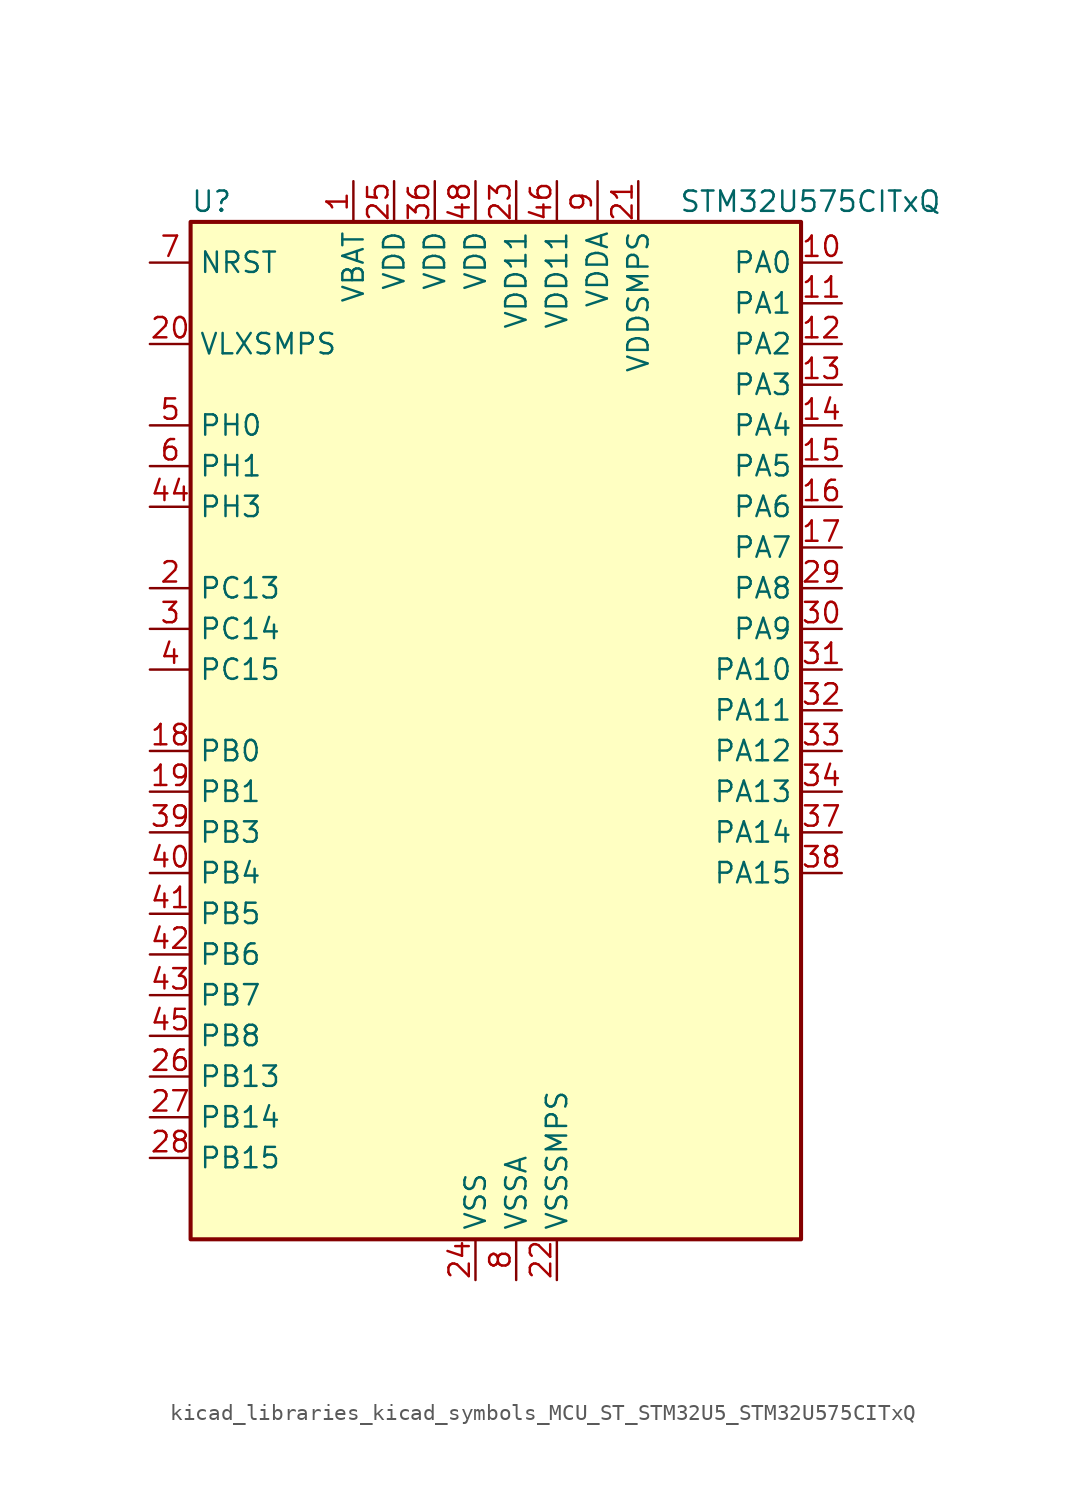
<source format=kicad_sym>
(kicad_symbol_lib
  (version 20220914)
  (generator kicad_symbol_editor)
  (symbol "kicad_libraries_kicad_symbols_MCU_ST_STM32U5_STM32U575CITxQ"
    (property "Reference" "U"
      (at -17.78 34.29 0)
      (effects (font (size 1.27 1.27)) (justify left)))
    (property "Value" "STM32U575CITxQ"
      (at 12.7 34.29 0)
      (effects (font (size 1.27 1.27)) (justify left)))
    (property "ki_locked" ""
      (at 0 0 0)
      (effects (font (size 1.27 1.27))))
    (symbol "kicad_libraries_kicad_symbols_MCU_ST_STM32U5_STM32U575CITxQ_0_1"
      (rectangle (start -17.78 -30.48) (end 20.32 33.02) (stroke (width 0.254) (type default)) (fill (type background))))
    (symbol "kicad_libraries_kicad_symbols_MCU_ST_STM32U5_STM32U575CITxQ_1_1"
      (pin power_in line (at -7.62 35.56 270) (length 2.54) (name "VBAT" (effects (font (size 1.27 1.27)))) (number "1" (effects (font (size 1.27 1.27)))))
      (pin bidirectional line (at 22.86 30.48 180) (length 2.54) (name "PA0" (effects (font (size 1.27 1.27)))) (number "10" (effects (font (size 1.27 1.27)))) (alternate "ADC1_IN5" bidirectional line) (alternate "AUDIOCLK" bidirectional line) (alternate "OCTOSPIM_P2_NCS" bidirectional line) (alternate "OPAMP1_VINP" bidirectional line) (alternate "PWR_WKUP1" bidirectional line) (alternate "SPI3_RDY" bidirectional line) (alternate "TAMP_IN2" bidirectional line) (alternate "TAMP_OUT1" bidirectional line) (alternate "TIM2_CH1" bidirectional line) (alternate "TIM2_ETR" bidirectional line) (alternate "TIM5_CH1" bidirectional line) (alternate "TIM8_ETR" bidirectional line) (alternate "UART4_TX" bidirectional line) (alternate "USART2_CTS" bidirectional line))
      (pin bidirectional line (at 22.86 27.94 180) (length 2.54) (name "PA1" (effects (font (size 1.27 1.27)))) (number "11" (effects (font (size 1.27 1.27)))) (alternate "ADC1_IN6" bidirectional line) (alternate "I2C1_SMBA" bidirectional line) (alternate "LPTIM1_CH2" bidirectional line) (alternate "OCTOSPIM_P1_DQS" bidirectional line) (alternate "OPAMP1_VINM" bidirectional line) (alternate "PWR_WKUP3" bidirectional line) (alternate "SPI1_SCK" bidirectional line) (alternate "TAMP_IN5" bidirectional line) (alternate "TAMP_OUT4" bidirectional line) (alternate "TIM15_CH1N" bidirectional line) (alternate "TIM2_CH2" bidirectional line) (alternate "TIM5_CH2" bidirectional line) (alternate "UART4_RX" bidirectional line) (alternate "USART2_DE" bidirectional line) (alternate "USART2_RTS" bidirectional line))
      (pin bidirectional line (at 22.86 25.4 180) (length 2.54) (name "PA2" (effects (font (size 1.27 1.27)))) (number "12" (effects (font (size 1.27 1.27)))) (alternate "ADC1_IN7" bidirectional line) (alternate "COMP1_INP" bidirectional line) (alternate "LPUART1_TX" bidirectional line) (alternate "OCTOSPIM_P1_NCS" bidirectional line) (alternate "PWR_WKUP4" bidirectional line) (alternate "RCC_LSCO" bidirectional line) (alternate "SPI1_RDY" bidirectional line) (alternate "TIM15_CH1" bidirectional line) (alternate "TIM2_CH3" bidirectional line) (alternate "TIM5_CH3" bidirectional line) (alternate "UCPD1_FRSTX1" bidirectional line) (alternate "USART2_TX" bidirectional line))
      (pin bidirectional line (at 22.86 22.86 180) (length 2.54) (name "PA3" (effects (font (size 1.27 1.27)))) (number "13" (effects (font (size 1.27 1.27)))) (alternate "ADC1_IN8" bidirectional line) (alternate "LPUART1_RX" bidirectional line) (alternate "OCTOSPIM_P1_CLK" bidirectional line) (alternate "OPAMP1_VOUT" bidirectional line) (alternate "PWR_WKUP5" bidirectional line) (alternate "SAI1_CK1" bidirectional line) (alternate "SAI1_MCLK_A" bidirectional line) (alternate "TIM15_CH2" bidirectional line) (alternate "TIM2_CH4" bidirectional line) (alternate "TIM5_CH4" bidirectional line) (alternate "USART2_RX" bidirectional line))
      (pin bidirectional line (at 22.86 20.32 180) (length 2.54) (name "PA4" (effects (font (size 1.27 1.27)))) (number "14" (effects (font (size 1.27 1.27)))) (alternate "ADC1_IN9" bidirectional line) (alternate "ADC4_IN9" bidirectional line) (alternate "DAC1_OUT1" bidirectional line) (alternate "LPTIM2_CH1" bidirectional line) (alternate "OCTOSPIM_P1_NCS" bidirectional line) (alternate "PWR_WKUP2" bidirectional line) (alternate "SAI1_FS_B" bidirectional line) (alternate "SPI1_NSS" bidirectional line) (alternate "SPI3_NSS" bidirectional line) (alternate "USART2_CK" bidirectional line))
      (pin bidirectional line (at 22.86 17.78 180) (length 2.54) (name "PA5" (effects (font (size 1.27 1.27)))) (number "15" (effects (font (size 1.27 1.27)))) (alternate "ADC1_IN10" bidirectional line) (alternate "ADC4_IN10" bidirectional line) (alternate "DAC1_OUT2" bidirectional line) (alternate "LPTIM2_ETR" bidirectional line) (alternate "PWR_CSLEEP" bidirectional line) (alternate "PWR_WKUP6" bidirectional line) (alternate "SPI1_SCK" bidirectional line) (alternate "TIM2_CH1" bidirectional line) (alternate "TIM2_ETR" bidirectional line) (alternate "TIM8_CH1N" bidirectional line) (alternate "USART3_RX" bidirectional line))
      (pin bidirectional line (at 22.86 15.24 180) (length 2.54) (name "PA6" (effects (font (size 1.27 1.27)))) (number "16" (effects (font (size 1.27 1.27)))) (alternate "ADC1_IN11" bidirectional line) (alternate "ADC4_IN11" bidirectional line) (alternate "LPUART1_CTS" bidirectional line) (alternate "OCTOSPIM_P1_IO3" bidirectional line) (alternate "OPAMP2_VINP" bidirectional line) (alternate "PWR_CDSTOP" bidirectional line) (alternate "PWR_WKUP7" bidirectional line) (alternate "SPI1_MISO" bidirectional line) (alternate "TIM16_CH1" bidirectional line) (alternate "TIM1_BKIN" bidirectional line) (alternate "TIM3_CH1" bidirectional line) (alternate "TIM8_BKIN" bidirectional line) (alternate "USART3_CTS" bidirectional line))
      (pin bidirectional line (at 22.86 12.7 180) (length 2.54) (name "PA7" (effects (font (size 1.27 1.27)))) (number "17" (effects (font (size 1.27 1.27)))) (alternate "ADC1_IN12" bidirectional line) (alternate "ADC4_IN20" bidirectional line) (alternate "I2C3_SCL" bidirectional line) (alternate "LPTIM2_CH2" bidirectional line) (alternate "OCTOSPIM_P1_IO2" bidirectional line) (alternate "OPAMP2_VINM" bidirectional line) (alternate "PWR_SRDSTOP" bidirectional line) (alternate "PWR_WKUP8" bidirectional line) (alternate "SPI1_MOSI" bidirectional line) (alternate "TIM17_CH1" bidirectional line) (alternate "TIM1_CH1N" bidirectional line) (alternate "TIM3_CH2" bidirectional line) (alternate "TIM8_CH1N" bidirectional line) (alternate "USART3_TX" bidirectional line))
      (pin bidirectional line (at -20.32 0 0) (length 2.54) (name "PB0" (effects (font (size 1.27 1.27)))) (number "18" (effects (font (size 1.27 1.27)))) (alternate "ADC1_IN15" bidirectional line) (alternate "ADC4_IN18" bidirectional line) (alternate "AUDIOCLK" bidirectional line) (alternate "COMP1_OUT" bidirectional line) (alternate "LPTIM3_CH1" bidirectional line) (alternate "OCTOSPIM_P1_IO1" bidirectional line) (alternate "OPAMP2_VOUT" bidirectional line) (alternate "SPI1_NSS" bidirectional line) (alternate "TIM1_CH2N" bidirectional line) (alternate "TIM3_CH3" bidirectional line) (alternate "TIM8_CH2N" bidirectional line) (alternate "USART3_CK" bidirectional line))
      (pin bidirectional line (at -20.32 -2.54 0) (length 2.54) (name "PB1" (effects (font (size 1.27 1.27)))) (number "19" (effects (font (size 1.27 1.27)))) (alternate "ADC1_IN16" bidirectional line) (alternate "ADC4_IN19" bidirectional line) (alternate "COMP1_INM" bidirectional line) (alternate "LPTIM2_IN1" bidirectional line) (alternate "LPTIM3_CH2" bidirectional line) (alternate "LPUART1_DE" bidirectional line) (alternate "LPUART1_RTS" bidirectional line) (alternate "MDF1_SDI0" bidirectional line) (alternate "OCTOSPIM_P1_IO0" bidirectional line) (alternate "PWR_WKUP4" bidirectional line) (alternate "TIM1_CH3N" bidirectional line) (alternate "TIM3_CH4" bidirectional line) (alternate "TIM8_CH3N" bidirectional line) (alternate "USART3_DE" bidirectional line) (alternate "USART3_RTS" bidirectional line))
      (pin bidirectional line (at -20.32 10.16 0) (length 2.54) (name "PC13" (effects (font (size 1.27 1.27)))) (number "2" (effects (font (size 1.27 1.27)))) (alternate "PWR_WKUP2" bidirectional line) (alternate "RTC_OUT1" bidirectional line) (alternate "RTC_TS" bidirectional line) (alternate "TAMP_IN1" bidirectional line) (alternate "TAMP_OUT2" bidirectional line))
      (pin power_in line (at -20.32 25.4 0) (length 2.54) (name "VLXSMPS" (effects (font (size 1.27 1.27)))) (number "20" (effects (font (size 1.27 1.27)))))
      (pin power_in line (at 10.16 35.56 270) (length 2.54) (name "VDDSMPS" (effects (font (size 1.27 1.27)))) (number "21" (effects (font (size 1.27 1.27)))))
      (pin power_in line (at 5.08 -33.02 90) (length 2.54) (name "VSSSMPS" (effects (font (size 1.27 1.27)))) (number "22" (effects (font (size 1.27 1.27)))))
      (pin power_in line (at 2.54 35.56 270) (length 2.54) (name "VDD11" (effects (font (size 1.27 1.27)))) (number "23" (effects (font (size 1.27 1.27)))))
      (pin power_in line (at 0 -33.02 90) (length 2.54) (name "VSS" (effects (font (size 1.27 1.27)))) (number "24" (effects (font (size 1.27 1.27)))))
      (pin power_in line (at -5.08 35.56 270) (length 2.54) (name "VDD" (effects (font (size 1.27 1.27)))) (number "25" (effects (font (size 1.27 1.27)))))
      (pin bidirectional line (at -20.32 -20.32 0) (length 2.54) (name "PB13" (effects (font (size 1.27 1.27)))) (number "26" (effects (font (size 1.27 1.27)))) (alternate "I2C2_SCL" bidirectional line) (alternate "LPTIM3_IN1" bidirectional line) (alternate "LPUART1_CTS" bidirectional line) (alternate "MDF1_CKI1" bidirectional line) (alternate "SPI2_SCK" bidirectional line) (alternate "TIM15_CH1N" bidirectional line) (alternate "TIM1_CH1N" bidirectional line) (alternate "TSC_G1_IO2" bidirectional line) (alternate "USART3_CTS" bidirectional line))
      (pin bidirectional line (at -20.32 -22.86 0) (length 2.54) (name "PB14" (effects (font (size 1.27 1.27)))) (number "27" (effects (font (size 1.27 1.27)))) (alternate "I2C2_SDA" bidirectional line) (alternate "LPTIM3_ETR" bidirectional line) (alternate "MDF1_SDI2" bidirectional line) (alternate "SPI2_MISO" bidirectional line) (alternate "TIM15_CH1" bidirectional line) (alternate "TIM1_CH2N" bidirectional line) (alternate "TIM8_CH2N" bidirectional line) (alternate "TSC_G1_IO3" bidirectional line) (alternate "UCPD1_DBCC2" bidirectional line) (alternate "USART3_DE" bidirectional line) (alternate "USART3_RTS" bidirectional line))
      (pin bidirectional line (at -20.32 -25.4 0) (length 2.54) (name "PB15" (effects (font (size 1.27 1.27)))) (number "28" (effects (font (size 1.27 1.27)))) (alternate "ADC1_EXTI15" bidirectional line) (alternate "ADC4_EXTI15" bidirectional line) (alternate "LPTIM2_IN2" bidirectional line) (alternate "MDF1_CKI2" bidirectional line) (alternate "PWR_WKUP7" bidirectional line) (alternate "RTC_REFIN" bidirectional line) (alternate "SPI2_MOSI" bidirectional line) (alternate "TIM15_CH2" bidirectional line) (alternate "TIM1_CH3N" bidirectional line) (alternate "TIM8_CH3N" bidirectional line) (alternate "UCPD1_CC2" bidirectional line))
      (pin bidirectional line (at 22.86 10.16 180) (length 2.54) (name "PA8" (effects (font (size 1.27 1.27)))) (number "29" (effects (font (size 1.27 1.27)))) (alternate "DEBUG_TRACECLK" bidirectional line) (alternate "LPTIM2_CH1" bidirectional line) (alternate "RCC_MCO" bidirectional line) (alternate "SAI1_CK2" bidirectional line) (alternate "SAI1_SCK_A" bidirectional line) (alternate "SPI1_RDY" bidirectional line) (alternate "TIM1_CH1" bidirectional line) (alternate "USART1_CK" bidirectional line) (alternate "USB_OTG_FS_SOF" bidirectional line))
      (pin bidirectional line (at -20.32 7.62 0) (length 2.54) (name "PC14" (effects (font (size 1.27 1.27)))) (number "3" (effects (font (size 1.27 1.27)))) (alternate "RCC_OSC32_IN" bidirectional line))
      (pin bidirectional line (at 22.86 7.62 180) (length 2.54) (name "PA9" (effects (font (size 1.27 1.27)))) (number "30" (effects (font (size 1.27 1.27)))) (alternate "DAC1_EXTI9" bidirectional line) (alternate "SAI1_FS_A" bidirectional line) (alternate "SPI2_SCK" bidirectional line) (alternate "TIM15_BKIN" bidirectional line) (alternate "TIM1_CH2" bidirectional line) (alternate "USART1_TX" bidirectional line) (alternate "USB_OTG_FS_VBUS" bidirectional line))
      (pin bidirectional line (at 22.86 5.08 180) (length 2.54) (name "PA10" (effects (font (size 1.27 1.27)))) (number "31" (effects (font (size 1.27 1.27)))) (alternate "CRS_SYNC" bidirectional line) (alternate "LPTIM2_IN2" bidirectional line) (alternate "SAI1_D1" bidirectional line) (alternate "SAI1_SD_A" bidirectional line) (alternate "TIM17_BKIN" bidirectional line) (alternate "TIM1_CH3" bidirectional line) (alternate "USART1_RX" bidirectional line) (alternate "USB_OTG_FS_ID" bidirectional line))
      (pin bidirectional line (at 22.86 2.54 180) (length 2.54) (name "PA11" (effects (font (size 1.27 1.27)))) (number "32" (effects (font (size 1.27 1.27)))) (alternate "ADC1_EXTI11" bidirectional line) (alternate "FDCAN1_RX" bidirectional line) (alternate "SPI1_MISO" bidirectional line) (alternate "TIM1_BKIN2" bidirectional line) (alternate "TIM1_CH4" bidirectional line) (alternate "USART1_CTS" bidirectional line) (alternate "USB_OTG_FS_DM" bidirectional line))
      (pin bidirectional line (at 22.86 0 180) (length 2.54) (name "PA12" (effects (font (size 1.27 1.27)))) (number "33" (effects (font (size 1.27 1.27)))) (alternate "FDCAN1_TX" bidirectional line) (alternate "OCTOSPIM_P2_NCS" bidirectional line) (alternate "SPI1_MOSI" bidirectional line) (alternate "TIM1_ETR" bidirectional line) (alternate "USART1_DE" bidirectional line) (alternate "USART1_RTS" bidirectional line) (alternate "USB_OTG_FS_DP" bidirectional line))
      (pin bidirectional line (at 22.86 -2.54 180) (length 2.54) (name "PA13" (effects (font (size 1.27 1.27)))) (number "34" (effects (font (size 1.27 1.27)))) (alternate "DEBUG_JTMS-SWDIO" bidirectional line) (alternate "IR_OUT" bidirectional line) (alternate "SAI1_SD_B" bidirectional line) (alternate "USB_OTG_FS_NOE" bidirectional line))
      (pin passive line (at 0 -33.02 90) (length 2.54) hide (name "VSS" (effects (font (size 1.27 1.27)))) (number "35" (effects (font (size 1.27 1.27)))))
      (pin power_in line (at -2.54 35.56 270) (length 2.54) (name "VDD" (effects (font (size 1.27 1.27)))) (number "36" (effects (font (size 1.27 1.27)))))
      (pin bidirectional line (at 22.86 -5.08 180) (length 2.54) (name "PA14" (effects (font (size 1.27 1.27)))) (number "37" (effects (font (size 1.27 1.27)))) (alternate "DEBUG_JTCK-SWCLK" bidirectional line) (alternate "I2C1_SMBA" bidirectional line) (alternate "I2C4_SMBA" bidirectional line) (alternate "LPTIM1_CH1" bidirectional line) (alternate "SAI1_FS_B" bidirectional line) (alternate "USB_OTG_FS_SOF" bidirectional line))
      (pin bidirectional line (at 22.86 -7.62 180) (length 2.54) (name "PA15" (effects (font (size 1.27 1.27)))) (number "38" (effects (font (size 1.27 1.27)))) (alternate "ADC1_EXTI15" bidirectional line) (alternate "ADC4_EXTI15" bidirectional line) (alternate "DEBUG_JTDI" bidirectional line) (alternate "SPI1_NSS" bidirectional line) (alternate "SPI3_NSS" bidirectional line) (alternate "TIM2_CH1" bidirectional line) (alternate "TIM2_ETR" bidirectional line) (alternate "UART4_DE" bidirectional line) (alternate "UART4_RTS" bidirectional line) (alternate "UCPD1_CC1" bidirectional line) (alternate "USART2_RX" bidirectional line) (alternate "USART3_DE" bidirectional line) (alternate "USART3_RTS" bidirectional line))
      (pin bidirectional line (at -20.32 -5.08 0) (length 2.54) (name "PB3" (effects (font (size 1.27 1.27)))) (number "39" (effects (font (size 1.27 1.27)))) (alternate "ADF1_CCK0" bidirectional line) (alternate "COMP2_INM" bidirectional line) (alternate "CRS_SYNC" bidirectional line) (alternate "DEBUG_JTDO-SWO" bidirectional line) (alternate "I2C1_SDA" bidirectional line) (alternate "LPTIM1_CH1" bidirectional line) (alternate "SAI1_SCK_B" bidirectional line) (alternate "SPI1_SCK" bidirectional line) (alternate "SPI3_SCK" bidirectional line) (alternate "TIM2_CH2" bidirectional line) (alternate "USART1_DE" bidirectional line) (alternate "USART1_RTS" bidirectional line))
      (pin bidirectional line (at -20.32 5.08 0) (length 2.54) (name "PC15" (effects (font (size 1.27 1.27)))) (number "4" (effects (font (size 1.27 1.27)))) (alternate "ADC1_EXTI15" bidirectional line) (alternate "ADC4_EXTI15" bidirectional line) (alternate "RCC_OSC32_OUT" bidirectional line))
      (pin bidirectional line (at -20.32 -7.62 0) (length 2.54) (name "PB4" (effects (font (size 1.27 1.27)))) (number "40" (effects (font (size 1.27 1.27)))) (alternate "ADF1_SDI0" bidirectional line) (alternate "COMP2_INP" bidirectional line) (alternate "DEBUG_JTRST" bidirectional line) (alternate "I2C3_SDA" bidirectional line) (alternate "LPTIM1_CH2" bidirectional line) (alternate "SAI1_MCLK_B" bidirectional line) (alternate "SPI1_MISO" bidirectional line) (alternate "SPI3_MISO" bidirectional line) (alternate "TIM17_BKIN" bidirectional line) (alternate "TIM3_CH1" bidirectional line) (alternate "TSC_G2_IO1" bidirectional line) (alternate "USART1_CTS" bidirectional line))
      (pin bidirectional line (at -20.32 -10.16 0) (length 2.54) (name "PB5" (effects (font (size 1.27 1.27)))) (number "41" (effects (font (size 1.27 1.27)))) (alternate "COMP2_OUT" bidirectional line) (alternate "I2C1_SMBA" bidirectional line) (alternate "LPTIM1_IN1" bidirectional line) (alternate "OCTOSPIM_P1_NCLK" bidirectional line) (alternate "PWR_WKUP6" bidirectional line) (alternate "SAI1_SD_B" bidirectional line) (alternate "SPI1_MOSI" bidirectional line) (alternate "SPI3_MOSI" bidirectional line) (alternate "TIM16_BKIN" bidirectional line) (alternate "TIM3_CH2" bidirectional line) (alternate "TSC_G2_IO2" bidirectional line) (alternate "UCPD1_DBCC1" bidirectional line) (alternate "USART1_CK" bidirectional line))
      (pin bidirectional line (at -20.32 -12.7 0) (length 2.54) (name "PB6" (effects (font (size 1.27 1.27)))) (number "42" (effects (font (size 1.27 1.27)))) (alternate "COMP2_INP" bidirectional line) (alternate "I2C1_SCL" bidirectional line) (alternate "I2C4_SCL" bidirectional line) (alternate "LPTIM1_ETR" bidirectional line) (alternate "MDF1_SDI5" bidirectional line) (alternate "PWR_WKUP3" bidirectional line) (alternate "SAI1_FS_B" bidirectional line) (alternate "TIM16_CH1N" bidirectional line) (alternate "TIM4_CH1" bidirectional line) (alternate "TIM8_BKIN2" bidirectional line) (alternate "TSC_G2_IO3" bidirectional line) (alternate "USART1_TX" bidirectional line))
      (pin bidirectional line (at -20.32 -15.24 0) (length 2.54) (name "PB7" (effects (font (size 1.27 1.27)))) (number "43" (effects (font (size 1.27 1.27)))) (alternate "COMP2_INM" bidirectional line) (alternate "I2C1_SDA" bidirectional line) (alternate "I2C4_SDA" bidirectional line) (alternate "LPTIM1_IN2" bidirectional line) (alternate "MDF1_CKI5" bidirectional line) (alternate "PWR_PVD_IN" bidirectional line) (alternate "PWR_WKUP4" bidirectional line) (alternate "TIM17_CH1N" bidirectional line) (alternate "TIM4_CH2" bidirectional line) (alternate "TIM8_BKIN" bidirectional line) (alternate "TSC_G2_IO4" bidirectional line) (alternate "UART4_CTS" bidirectional line) (alternate "USART1_RX" bidirectional line))
      (pin bidirectional line (at -20.32 15.24 0) (length 2.54) (name "PH3" (effects (font (size 1.27 1.27)))) (number "44" (effects (font (size 1.27 1.27)))))
      (pin bidirectional line (at -20.32 -17.78 0) (length 2.54) (name "PB8" (effects (font (size 1.27 1.27)))) (number "45" (effects (font (size 1.27 1.27)))) (alternate "FDCAN1_RX" bidirectional line) (alternate "I2C1_SCL" bidirectional line) (alternate "MDF1_CCK0" bidirectional line) (alternate "PWR_WKUP5" bidirectional line) (alternate "SAI1_CK1" bidirectional line) (alternate "SAI1_MCLK_A" bidirectional line) (alternate "SPI3_RDY" bidirectional line) (alternate "TIM16_CH1" bidirectional line) (alternate "TIM4_CH3" bidirectional line))
      (pin power_in line (at 5.08 35.56 270) (length 2.54) (name "VDD11" (effects (font (size 1.27 1.27)))) (number "46" (effects (font (size 1.27 1.27)))))
      (pin passive line (at 0 -33.02 90) (length 2.54) hide (name "VSS" (effects (font (size 1.27 1.27)))) (number "47" (effects (font (size 1.27 1.27)))))
      (pin power_in line (at 0 35.56 270) (length 2.54) (name "VDD" (effects (font (size 1.27 1.27)))) (number "48" (effects (font (size 1.27 1.27)))))
      (pin bidirectional line (at -20.32 20.32 0) (length 2.54) (name "PH0" (effects (font (size 1.27 1.27)))) (number "5" (effects (font (size 1.27 1.27)))) (alternate "RCC_OSC_IN" bidirectional line))
      (pin bidirectional line (at -20.32 17.78 0) (length 2.54) (name "PH1" (effects (font (size 1.27 1.27)))) (number "6" (effects (font (size 1.27 1.27)))) (alternate "RCC_OSC_OUT" bidirectional line))
      (pin input line (at -20.32 30.48 0) (length 2.54) (name "NRST" (effects (font (size 1.27 1.27)))) (number "7" (effects (font (size 1.27 1.27)))))
      (pin power_in line (at 2.54 -33.02 90) (length 2.54) (name "VSSA" (effects (font (size 1.27 1.27)))) (number "8" (effects (font (size 1.27 1.27)))))
      (pin power_in line (at 7.62 35.56 270) (length 2.54) (name "VDDA" (effects (font (size 1.27 1.27)))) (number "9" (effects (font (size 1.27 1.27))))))))
</source>
